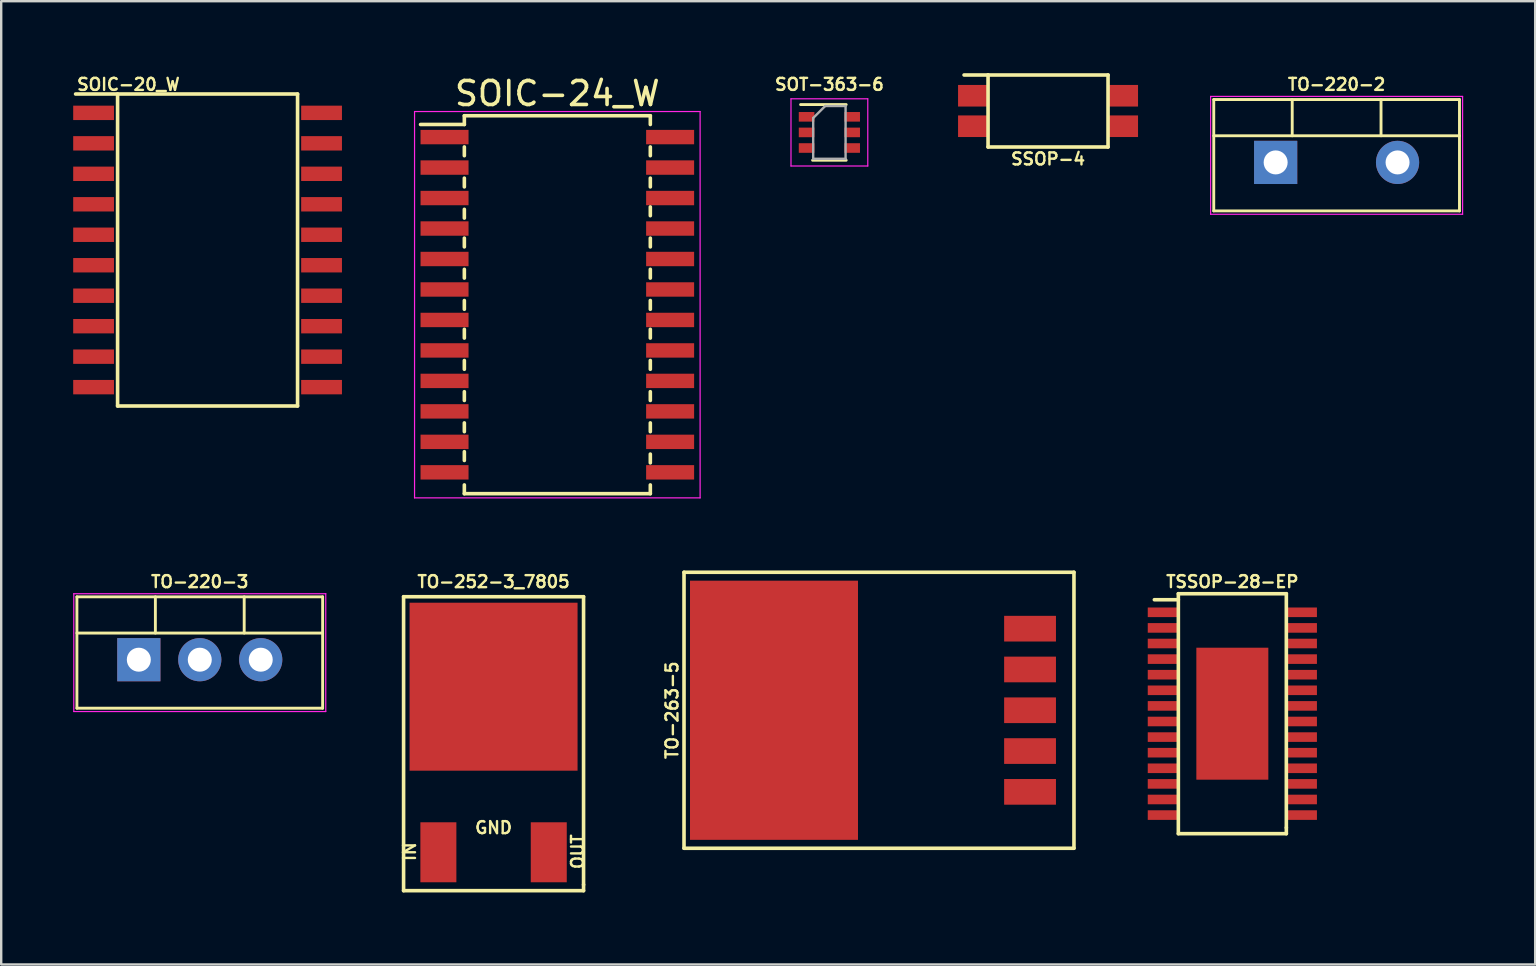
<source format=kicad_pcb>
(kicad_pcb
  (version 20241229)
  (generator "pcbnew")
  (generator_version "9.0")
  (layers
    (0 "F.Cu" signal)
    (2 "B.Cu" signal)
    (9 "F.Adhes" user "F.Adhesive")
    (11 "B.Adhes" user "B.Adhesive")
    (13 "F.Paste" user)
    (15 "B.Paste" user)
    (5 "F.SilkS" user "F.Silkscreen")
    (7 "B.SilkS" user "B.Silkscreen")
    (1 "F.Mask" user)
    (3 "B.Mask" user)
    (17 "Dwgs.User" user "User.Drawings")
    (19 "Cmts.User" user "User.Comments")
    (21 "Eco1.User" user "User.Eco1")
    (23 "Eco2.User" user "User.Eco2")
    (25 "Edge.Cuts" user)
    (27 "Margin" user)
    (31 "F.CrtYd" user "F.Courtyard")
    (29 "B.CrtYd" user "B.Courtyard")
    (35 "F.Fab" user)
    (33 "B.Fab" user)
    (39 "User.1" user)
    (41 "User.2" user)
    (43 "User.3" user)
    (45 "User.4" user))
  (footprint "SOT-363-6"
    (layer "F.Cu")
    (at 31.512 2.468)
    (property "Reference" "SOT-363-6" (at 0 -2 0) (layer "F.SilkS") (effects (font (size 0.5 0.5) (thickness 0.1))))
    (attr smd)
    (fp_line (start -0.7 1.16) (end 0.7 1.16) (stroke (width 0.12) (type solid)) (layer "F.SilkS"))
    (fp_line (start 0.7 -1.16) (end -1.2 -1.16) (stroke (width 0.12) (type solid)) (layer "F.SilkS"))
    (fp_line (start -1.6 -1.4) (end -1.6 1.4) (stroke (width 0.05) (type solid)) (layer "F.CrtYd"))
    (fp_line (start -1.6 -1.4) (end 1.6 -1.4) (stroke (width 0.05) (type solid)) (layer "F.CrtYd"))
    (fp_line (start -1.6 1.4) (end 1.6 1.4) (stroke (width 0.05) (type solid)) (layer "F.CrtYd"))
    (fp_line (start 1.6 1.4) (end 1.6 -1.4) (stroke (width 0.05) (type solid)) (layer "F.CrtYd"))
    (fp_line (start -0.675 -0.6) (end -0.675 1.1) (stroke (width 0.1) (type solid)) (layer "F.Fab"))
    (fp_line (start -0.175 -1.1) (end -0.675 -0.6) (stroke (width 0.1) (type solid)) (layer "F.Fab"))
    (fp_line (start 0.675 -1.1) (end -0.175 -1.1) (stroke (width 0.1) (type solid)) (layer "F.Fab"))
    (fp_line (start 0.675 -1.1) (end 0.675 1.1) (stroke (width 0.1) (type solid)) (layer "F.Fab"))
    (fp_line (start 0.675 1.1) (end -0.675 1.1) (stroke (width 0.1) (type solid)) (layer "F.Fab"))
    (pad "1" smd rect (at -0.95 -0.65) (size 0.65 0.4) (layers "F.Cu" "F.Mask" "F.Paste"))
    (pad "2" smd rect (at -0.95 0) (size 0.65 0.4) (layers "F.Cu" "F.Mask" "F.Paste"))
    (pad "3" smd rect (at -0.95 0.65) (size 0.65 0.4) (layers "F.Cu" "F.Mask" "F.Paste"))
    (pad "4" smd rect (at 0.95 0.65) (size 0.65 0.4) (layers "F.Cu" "F.Mask" "F.Paste"))
    (pad "5" smd rect (at 0.95 0) (size 0.65 0.4) (layers "F.Cu" "F.Mask" "F.Paste"))
    (pad "6" smd rect (at 0.95 -0.65) (size 0.65 0.4) (layers "F.Cu" "F.Mask" "F.Paste")))
  (footprint "TO-252-3_7805"
    (layer "F.Cu")
    (at 17.518 27.941)
    (property "Reference" "TO-252-3_7805" (at 0 -6.75 0) (layer "F.SilkS") (effects (font (size 0.5 0.5) (thickness 0.1))))
    (attr through_hole)
    (fp_line (start -3.75 -6.125) (end 3.75 -6.125) (stroke (width 0.15) (type solid)) (layer "F.SilkS"))
    (fp_line (start -3.75 6.125) (end -3.75 -6.125) (stroke (width 0.15) (type solid)) (layer "F.SilkS"))
    (fp_line (start 3.75 -6.125) (end 3.75 5.875) (stroke (width 0.15) (type solid)) (layer "F.SilkS"))
    (fp_line (start 3.75 5.875) (end 3.75 6.125) (stroke (width 0.15) (type solid)) (layer "F.SilkS"))
    (fp_line (start 3.75 6.125) (end -3.75 6.125) (stroke (width 0.15) (type solid)) (layer "F.SilkS"))
    (fp_text user "OUT" (at 3.5 4.5 90) (layer "F.SilkS") (effects (font (size 0.5 0.5) (thickness 0.1))))
    (fp_text user "IN" (at -3.5 4.5 90) (layer "F.SilkS") (effects (font (size 0.5 0.5) (thickness 0.1))))
    (fp_text user "GND" (at 0 3.5 0) (layer "F.SilkS") (effects (font (size 0.5 0.5) (thickness 0.1))))
    (pad "1" smd rect (at -2.3 4.525) (size 1.5 2.5) (layers "F.Cu" "F.Mask" "F.Paste"))
    (pad "2" smd rect (at 0 -2.375) (size 7 7) (layers "F.Cu" "F.Mask" "F.Paste"))
    (pad "3" smd rect (at 2.3 4.525) (size 1.5 2.5) (layers "F.Cu" "F.Mask" "F.Paste")))
  (footprint "TO-220-2"
    (layer "F.Cu")
    (at 52.649 3.718)
    (property "Reference" "TO-220-2" (at 0 -3.25 0) (layer "F.SilkS") (effects (font (size 0.5 0.5) (thickness 0.1))))
    (attr through_hole)
    (fp_line (start -5.12 -2.62) (end -5.12 2.021) (stroke (width 0.12) (type solid)) (layer "F.SilkS"))
    (fp_line (start -5.12 -2.62) (end 5.12 -2.62) (stroke (width 0.12) (type solid)) (layer "F.SilkS"))
    (fp_line (start -5.12 -1.11) (end 5.12 -1.11) (stroke (width 0.12) (type solid)) (layer "F.SilkS"))
    (fp_line (start -5.12 2.021) (end 5.12 2.021) (stroke (width 0.12) (type solid)) (layer "F.SilkS"))
    (fp_line (start -1.85 -2.62) (end -1.85 -1.11) (stroke (width 0.12) (type solid)) (layer "F.SilkS"))
    (fp_line (start 1.851 -2.62) (end 1.851 -1.11) (stroke (width 0.12) (type solid)) (layer "F.SilkS"))
    (fp_line (start 5.12 -2.62) (end 5.12 2.021) (stroke (width 0.12) (type solid)) (layer "F.SilkS"))
    (fp_line (start -5.25 -2.75) (end -5.25 2.16) (stroke (width 0.05) (type solid)) (layer "F.CrtYd"))
    (fp_line (start -5.25 2.16) (end 5.25 2.16) (stroke (width 0.05) (type solid)) (layer "F.CrtYd"))
    (fp_line (start 5.25 -2.75) (end -5.25 -2.75) (stroke (width 0.05) (type solid)) (layer "F.CrtYd"))
    (fp_line (start 5.25 2.16) (end 5.25 -2.75) (stroke (width 0.05) (type solid)) (layer "F.CrtYd"))
    (pad "1" thru_hole rect (at -2.54 0) (size 1.8 1.8) (drill 1) (layers "*.Cu" "*.Mask"))
    (pad "2" thru_hole oval (at 2.54 0) (size 1.8 1.8) (drill 1) (layers "*.Cu" "*.Mask")))
  (footprint "SSOP-4"
    (layer "F.Cu")
    (at 40.624 1.575)
    (property "Reference" "SSOP-4" (at 0 2 0) (layer "F.SilkS") (effects (font (size 0.5 0.5) (thickness 0.1))))
    (attr through_hole)
    (fp_line (start -2.5 -1.5) (end -3.5 -1.5) (stroke (width 0.15) (type solid)) (layer "F.SilkS"))
    (fp_line (start -2.5 -1.5) (end 2.5 -1.5) (stroke (width 0.15) (type solid)) (layer "F.SilkS"))
    (fp_line (start -2.5 1.5) (end -2.5 -1.5) (stroke (width 0.15) (type solid)) (layer "F.SilkS"))
    (fp_line (start 2.5 -1.5) (end 2.5 1.5) (stroke (width 0.15) (type solid)) (layer "F.SilkS"))
    (fp_line (start 2.5 1.5) (end -2.5 1.5) (stroke (width 0.15) (type solid)) (layer "F.SilkS"))
    (pad "1" smd rect (at -3.125 -0.635) (size 1.25 0.9) (layers "F.Cu" "F.Mask" "F.Paste"))
    (pad "2" smd rect (at -3.125 0.635) (size 1.25 0.9) (layers "F.Cu" "F.Mask" "F.Paste"))
    (pad "3" smd rect (at 3.125 0.635) (size 1.25 0.9) (layers "F.Cu" "F.Mask" "F.Paste"))
    (pad "4" smd rect (at 3.125 -0.635) (size 1.25 0.9) (layers "F.Cu" "F.Mask" "F.Paste")))
  (footprint "TO-220-3"
    (layer "F.Cu")
    (at 5.275 24.441)
    (property "Reference" "TO-220-3" (at 0 -3.25 0) (layer "F.SilkS") (effects (font (size 0.5 0.5) (thickness 0.1))))
    (attr through_hole)
    (fp_line (start -5.12 -2.62) (end -5.12 2.021) (stroke (width 0.12) (type solid)) (layer "F.SilkS"))
    (fp_line (start -5.12 -2.62) (end 5.12 -2.62) (stroke (width 0.12) (type solid)) (layer "F.SilkS"))
    (fp_line (start -5.12 -1.11) (end 5.12 -1.11) (stroke (width 0.12) (type solid)) (layer "F.SilkS"))
    (fp_line (start -5.12 2.021) (end 5.12 2.021) (stroke (width 0.12) (type solid)) (layer "F.SilkS"))
    (fp_line (start -1.85 -2.62) (end -1.85 -1.11) (stroke (width 0.12) (type solid)) (layer "F.SilkS"))
    (fp_line (start 1.851 -2.62) (end 1.851 -1.11) (stroke (width 0.12) (type solid)) (layer "F.SilkS"))
    (fp_line (start 5.12 -2.62) (end 5.12 2.021) (stroke (width 0.12) (type solid)) (layer "F.SilkS"))
    (fp_line (start -5.25 -2.75) (end -5.25 2.16) (stroke (width 0.05) (type solid)) (layer "F.CrtYd"))
    (fp_line (start -5.25 2.16) (end 5.25 2.16) (stroke (width 0.05) (type solid)) (layer "F.CrtYd"))
    (fp_line (start 5.25 -2.75) (end -5.25 -2.75) (stroke (width 0.05) (type solid)) (layer "F.CrtYd"))
    (fp_line (start 5.25 2.16) (end 5.25 -2.75) (stroke (width 0.05) (type solid)) (layer "F.CrtYd"))
    (pad "1" thru_hole rect (at -2.54 0) (size 1.8 1.8) (drill 1) (layers "*.Cu" "*.Mask"))
    (pad "2" thru_hole oval (at 0 0) (size 1.8 1.8) (drill 1) (layers "*.Cu" "*.Mask"))
    (pad "3" thru_hole oval (at 2.54 0) (size 1.8 1.8) (drill 1) (layers "*.Cu" "*.Mask")))
  (footprint "TSSOP-28-EP"
    (layer "F.Cu")
    (at 48.304 26.691)
    (property "Reference" "TSSOP-28-EP" (at 0 -5.5 0) (layer "F.SilkS") (effects (font (size 0.5 0.5) (thickness 0.1))))
    (attr through_hole)
    (fp_line (start -2.25 -5) (end 2.25 -5) (stroke (width 0.15) (type solid)) (layer "F.SilkS"))
    (fp_line (start -2.25 -4.75) (end -3.25 -4.75) (stroke (width 0.15) (type solid)) (layer "F.SilkS"))
    (fp_line (start -2.25 5) (end -2.25 -5) (stroke (width 0.15) (type solid)) (layer "F.SilkS"))
    (fp_line (start -2.25 5) (end 2.25 5) (stroke (width 0.15) (type solid)) (layer "F.SilkS"))
    (fp_line (start 2.25 -5) (end 2.25 4.75) (stroke (width 0.15) (type solid)) (layer "F.SilkS"))
    (fp_line (start 2.25 4.75) (end 2.25 5) (stroke (width 0.15) (type solid)) (layer "F.SilkS"))
    (pad "1" smd rect (at -2.9 -4.225) (size 1.25 0.4) (layers "F.Cu" "F.Mask" "F.Paste"))
    (pad "2" smd rect (at -2.9 -3.575) (size 1.25 0.4) (layers "F.Cu" "F.Mask" "F.Paste"))
    (pad "3" smd rect (at -2.9 -2.925) (size 1.25 0.4) (layers "F.Cu" "F.Mask" "F.Paste"))
    (pad "4" smd rect (at -2.9 -2.275) (size 1.25 0.4) (layers "F.Cu" "F.Mask" "F.Paste"))
    (pad "5" smd rect (at -2.9 -1.625) (size 1.25 0.4) (layers "F.Cu" "F.Mask" "F.Paste"))
    (pad "6" smd rect (at -2.9 -0.975) (size 1.25 0.4) (layers "F.Cu" "F.Mask" "F.Paste"))
    (pad "7" smd rect (at -2.9 -0.325) (size 1.25 0.4) (layers "F.Cu" "F.Mask" "F.Paste"))
    (pad "8" smd rect (at -2.9 0.325) (size 1.25 0.4) (layers "F.Cu" "F.Mask" "F.Paste"))
    (pad "9" smd rect (at -2.9 0.975) (size 1.25 0.4) (layers "F.Cu" "F.Mask" "F.Paste"))
    (pad "10" smd rect (at -2.9 1.625) (size 1.25 0.4) (layers "F.Cu" "F.Mask" "F.Paste"))
    (pad "11" smd rect (at -2.9 2.275) (size 1.25 0.4) (layers "F.Cu" "F.Mask" "F.Paste"))
    (pad "12" smd rect (at -2.9 2.925) (size 1.25 0.4) (layers "F.Cu" "F.Mask" "F.Paste"))
    (pad "13" smd rect (at -2.9 3.575) (size 1.25 0.4) (layers "F.Cu" "F.Mask" "F.Paste"))
    (pad "14" smd rect (at -2.9 4.225) (size 1.25 0.4) (layers "F.Cu" "F.Mask" "F.Paste"))
    (pad "15" smd rect (at 2.9 4.225) (size 1.25 0.4) (layers "F.Cu" "F.Mask" "F.Paste"))
    (pad "16" smd rect (at 2.9 3.575) (size 1.25 0.4) (layers "F.Cu" "F.Mask" "F.Paste"))
    (pad "17" smd rect (at 2.9 2.925) (size 1.25 0.4) (layers "F.Cu" "F.Mask" "F.Paste"))
    (pad "18" smd rect (at 2.9 2.275) (size 1.25 0.4) (layers "F.Cu" "F.Mask" "F.Paste"))
    (pad "19" smd rect (at 2.9 1.625) (size 1.25 0.4) (layers "F.Cu" "F.Mask" "F.Paste"))
    (pad "20" smd rect (at 2.9 0.975) (size 1.25 0.4) (layers "F.Cu" "F.Mask" "F.Paste"))
    (pad "21" smd rect (at 2.9 0.325) (size 1.25 0.4) (layers "F.Cu" "F.Mask" "F.Paste"))
    (pad "22" smd rect (at 2.9 -0.325) (size 1.25 0.4) (layers "F.Cu" "F.Mask" "F.Paste"))
    (pad "23" smd rect (at 2.9 -0.975) (size 1.25 0.4) (layers "F.Cu" "F.Mask" "F.Paste"))
    (pad "24" smd rect (at 2.9 -1.625) (size 1.25 0.4) (layers "F.Cu" "F.Mask" "F.Paste"))
    (pad "25" smd rect (at 2.9 -2.275) (size 1.25 0.4) (layers "F.Cu" "F.Mask" "F.Paste"))
    (pad "26" smd rect (at 2.9 -2.925) (size 1.25 0.4) (layers "F.Cu" "F.Mask" "F.Paste"))
    (pad "27" smd rect (at 2.9 -3.575) (size 1.25 0.4) (layers "F.Cu" "F.Mask" "F.Paste"))
    (pad "28" smd rect (at 2.9 -4.225) (size 1.25 0.4) (layers "F.Cu" "F.Mask" "F.Paste"))
    (pad "EP" smd rect (at 0 0) (size 3 5.5) (layers "F.Cu" "F.Mask" "F.Paste")))
  (footprint "SOIC-24_W"
    (layer "F.Cu")
    (at 20.175 9.648)
    (property "Reference" "SOIC-24_W" (at 0 -8.8 0) (layer "F.SilkS") (effects (font (size 1 1) (thickness 0.15))))
    (attr smd)
    (fp_line (start -3.875 -7.875) (end -3.875 -7.51) (stroke (width 0.15) (type solid)) (layer "F.SilkS"))
    (fp_line (start -3.875 -7.875) (end 3.875 -7.875) (stroke (width 0.15) (type solid)) (layer "F.SilkS"))
    (fp_line (start -3.875 -7.51) (end -5.7 -7.51) (stroke (width 0.15) (type solid)) (layer "F.SilkS"))
    (fp_line (start -3.875 -6.575) (end -3.875 -6.21) (stroke (width 0.15) (type solid)) (layer "F.SilkS"))
    (fp_line (start -3.875 -5.275) (end -3.875 -4.91) (stroke (width 0.15) (type solid)) (layer "F.SilkS"))
    (fp_line (start -3.875 -3.975) (end -3.875 -3.61) (stroke (width 0.15) (type solid)) (layer "F.SilkS"))
    (fp_line (start -3.875 -2.775) (end -3.875 -2.41) (stroke (width 0.15) (type solid)) (layer "F.SilkS"))
    (fp_line (start -3.875 -1.475) (end -3.875 -1.11) (stroke (width 0.15) (type solid)) (layer "F.SilkS"))
    (fp_line (start -3.875 -0.175) (end -3.875 0.19) (stroke (width 0.15) (type solid)) (layer "F.SilkS"))
    (fp_line (start -3.875 1.025) (end -3.875 1.39) (stroke (width 0.15) (type solid)) (layer "F.SilkS"))
    (fp_line (start -3.875 2.325) (end -3.875 2.69) (stroke (width 0.15) (type solid)) (layer "F.SilkS"))
    (fp_line (start -3.875 3.625) (end -3.875 3.99) (stroke (width 0.15) (type solid)) (layer "F.SilkS"))
    (fp_line (start -3.875 4.925) (end -3.875 5.29) (stroke (width 0.15) (type solid)) (layer "F.SilkS"))
    (fp_line (start -3.875 6.125) (end -3.875 6.49) (stroke (width 0.15) (type solid)) (layer "F.SilkS"))
    (fp_line (start -3.875 7.875) (end -3.875 7.51) (stroke (width 0.15) (type solid)) (layer "F.SilkS"))
    (fp_line (start -3.875 7.875) (end 3.875 7.875) (stroke (width 0.15) (type solid)) (layer "F.SilkS"))
    (fp_line (start 3.875 -7.875) (end 3.875 -7.51) (stroke (width 0.15) (type solid)) (layer "F.SilkS"))
    (fp_line (start 3.875 -6.575) (end 3.875 -6.21) (stroke (width 0.15) (type solid)) (layer "F.SilkS"))
    (fp_line (start 3.875 -5.275) (end 3.875 -4.91) (stroke (width 0.15) (type solid)) (layer "F.SilkS"))
    (fp_line (start 3.875 -4.075) (end 3.875 -3.71) (stroke (width 0.15) (type solid)) (layer "F.SilkS"))
    (fp_line (start 3.875 -2.775) (end 3.875 -2.41) (stroke (width 0.15) (type solid)) (layer "F.SilkS"))
    (fp_line (start 3.875 -1.475) (end 3.875 -1.11) (stroke (width 0.15) (type solid)) (layer "F.SilkS"))
    (fp_line (start 3.875 -0.175) (end 3.875 0.19) (stroke (width 0.15) (type solid)) (layer "F.SilkS"))
    (fp_line (start 3.875 1.025) (end 3.875 1.39) (stroke (width 0.15) (type solid)) (layer "F.SilkS"))
    (fp_line (start 3.875 2.325) (end 3.875 2.69) (stroke (width 0.15) (type solid)) (layer "F.SilkS"))
    (fp_line (start 3.875 3.625) (end 3.875 3.99) (stroke (width 0.15) (type solid)) (layer "F.SilkS"))
    (fp_line (start 3.875 4.925) (end 3.875 5.29) (stroke (width 0.15) (type solid)) (layer "F.SilkS"))
    (fp_line (start 3.875 6.225) (end 3.875 6.59) (stroke (width 0.15) (type solid)) (layer "F.SilkS"))
    (fp_line (start 3.875 7.875) (end 3.875 7.51) (stroke (width 0.15) (type solid)) (layer "F.SilkS"))
    (fp_line (start -5.95 -8.05) (end -5.95 8.05) (stroke (width 0.05) (type solid)) (layer "F.CrtYd"))
    (fp_line (start -5.95 -8.05) (end 5.95 -8.05) (stroke (width 0.05) (type solid)) (layer "F.CrtYd"))
    (fp_line (start -5.95 8.05) (end 5.95 8.05) (stroke (width 0.05) (type solid)) (layer "F.CrtYd"))
    (fp_line (start 5.95 -8.05) (end 5.95 8.05) (stroke (width 0.05) (type solid)) (layer "F.CrtYd"))
    (pad "1" smd rect (at -4.7 -6.985) (size 2 0.6) (layers "F.Cu" "F.Mask" "F.Paste"))
    (pad "2" smd rect (at -4.7 -5.715) (size 2 0.6) (layers "F.Cu" "F.Mask" "F.Paste"))
    (pad "3" smd rect (at -4.7 -4.445) (size 2 0.6) (layers "F.Cu" "F.Mask" "F.Paste"))
    (pad "4" smd rect (at -4.7 -3.175) (size 2 0.6) (layers "F.Cu" "F.Mask" "F.Paste"))
    (pad "5" smd rect (at -4.7 -1.905) (size 2 0.6) (layers "F.Cu" "F.Mask" "F.Paste"))
    (pad "6" smd rect (at -4.7 -0.635) (size 2 0.6) (layers "F.Cu" "F.Mask" "F.Paste"))
    (pad "7" smd rect (at -4.7 0.635) (size 2 0.6) (layers "F.Cu" "F.Mask" "F.Paste"))
    (pad "8" smd rect (at -4.7 1.905) (size 2 0.6) (layers "F.Cu" "F.Mask" "F.Paste"))
    (pad "9" smd rect (at -4.7 3.175) (size 2 0.6) (layers "F.Cu" "F.Mask" "F.Paste"))
    (pad "10" smd rect (at -4.7 4.445) (size 2 0.6) (layers "F.Cu" "F.Mask" "F.Paste"))
    (pad "11" smd rect (at -4.7 5.715) (size 2 0.6) (layers "F.Cu" "F.Mask" "F.Paste"))
    (pad "12" smd rect (at -4.7 6.985) (size 2 0.6) (layers "F.Cu" "F.Mask" "F.Paste"))
    (pad "13" smd rect (at 4.7 6.985) (size 2 0.6) (layers "F.Cu" "F.Mask" "F.Paste"))
    (pad "14" smd rect (at 4.7 5.715) (size 2 0.6) (layers "F.Cu" "F.Mask" "F.Paste"))
    (pad "15" smd rect (at 4.7 4.445) (size 2 0.6) (layers "F.Cu" "F.Mask" "F.Paste"))
    (pad "16" smd rect (at 4.7 3.175) (size 2 0.6) (layers "F.Cu" "F.Mask" "F.Paste"))
    (pad "17" smd rect (at 4.7 1.905) (size 2 0.6) (layers "F.Cu" "F.Mask" "F.Paste"))
    (pad "18" smd rect (at 4.7 0.635) (size 2 0.6) (layers "F.Cu" "F.Mask" "F.Paste"))
    (pad "19" smd rect (at 4.7 -0.635) (size 2 0.6) (layers "F.Cu" "F.Mask" "F.Paste"))
    (pad "20" smd rect (at 4.7 -1.905) (size 2 0.6) (layers "F.Cu" "F.Mask" "F.Paste"))
    (pad "21" smd rect (at 4.7 -3.175) (size 2 0.6) (layers "F.Cu" "F.Mask" "F.Paste"))
    (pad "22" smd rect (at 4.7 -4.445) (size 2 0.6) (layers "F.Cu" "F.Mask" "F.Paste"))
    (pad "23" smd rect (at 4.7 -5.715) (size 2 0.6) (layers "F.Cu" "F.Mask" "F.Paste"))
    (pad "24" smd rect (at 4.7 -6.985) (size 2 0.6) (layers "F.Cu" "F.Mask" "F.Paste")))
  (footprint "TO-263-5"
    (layer "F.Cu")
    (at 25.704 26.548)
    (property "Reference" "TO-263-5" (at -0.75 0 90) (layer "F.SilkS") (effects (font (size 0.5 0.5) (thickness 0.1))))
    (attr through_hole)
    (fp_line (start -0.25 -5.75) (end -0.25 5.75) (stroke (width 0.15) (type solid)) (layer "F.SilkS"))
    (fp_line (start -0.25 5.75) (end 16 5.75) (stroke (width 0.15) (type solid)) (layer "F.SilkS"))
    (fp_line (start 16 -5.75) (end -0.25 -5.75) (stroke (width 0.15) (type solid)) (layer "F.SilkS"))
    (fp_line (start 16 5.75) (end 16 -5.75) (stroke (width 0.15) (type solid)) (layer "F.SilkS"))
    (pad "1" smd rect (at 14.17 3.4) (size 2.16 1.07) (layers "F.Cu" "F.Mask" "F.Paste"))
    (pad "2" smd rect (at 14.17 1.7) (size 2.16 1.07) (layers "F.Cu" "F.Mask" "F.Paste"))
    (pad "3" smd rect (at 3.5 0) (size 7 10.8) (layers "F.Cu" "F.Mask" "F.Paste"))
    (pad "3" smd rect (at 14.17 0) (size 2.16 1.07) (layers "F.Cu" "F.Mask" "F.Paste"))
    (pad "4" smd rect (at 14.17 -1.7) (size 2.16 1.07) (layers "F.Cu" "F.Mask" "F.Paste"))
    (pad "5" smd rect (at 14.17 -3.4) (size 2.16 1.07) (layers "F.Cu" "F.Mask" "F.Paste")))
  (footprint "SOIC-20_W"
    (layer "F.Cu")
    (at 5.6 7.368)
    (property "Reference" "SOIC-20_W" (at -3.3 -6.9 0) (layer "F.SilkS") (effects (font (size 0.5 0.5) (thickness 0.1))))
    (attr smd)
    (fp_line (start -3.75 6.5) (end -3.75 -6.5) (stroke (width 0.15) (type solid)) (layer "F.SilkS"))
    (fp_line (start -3.75 6.5) (end 3.75 6.5) (stroke (width 0.15) (type solid)) (layer "F.SilkS"))
    (fp_line (start 3.75 -6.5) (end -5.5 -6.5) (stroke (width 0.15) (type solid)) (layer "F.SilkS"))
    (fp_line (start 3.75 -6.5) (end 3.75 6.5) (stroke (width 0.15) (type solid)) (layer "F.SilkS"))
    (pad "1" smd rect (at -4.75 -5.715 270) (size 0.6 1.7) (layers "F.Cu" "F.Mask" "F.Paste"))
    (pad "2" smd rect (at -4.75 -4.445 270) (size 0.6 1.7) (layers "F.Cu" "F.Mask" "F.Paste"))
    (pad "3" smd rect (at -4.75 -3.175 270) (size 0.6 1.7) (layers "F.Cu" "F.Mask" "F.Paste"))
    (pad "4" smd rect (at -4.75 -1.905 270) (size 0.6 1.7) (layers "F.Cu" "F.Mask" "F.Paste"))
    (pad "5" smd rect (at -4.75 -0.635 270) (size 0.6 1.7) (layers "F.Cu" "F.Mask" "F.Paste"))
    (pad "6" smd rect (at -4.75 0.635 270) (size 0.6 1.7) (layers "F.Cu" "F.Mask" "F.Paste"))
    (pad "7" smd rect (at -4.75 1.905 270) (size 0.6 1.7) (layers "F.Cu" "F.Mask" "F.Paste"))
    (pad "8" smd rect (at -4.75 3.175 270) (size 0.6 1.7) (layers "F.Cu" "F.Mask" "F.Paste"))
    (pad "9" smd rect (at -4.75 4.445 270) (size 0.6 1.7) (layers "F.Cu" "F.Mask" "F.Paste"))
    (pad "10" smd rect (at -4.75 5.715 270) (size 0.6 1.7) (layers "F.Cu" "F.Mask" "F.Paste"))
    (pad "11" smd rect (at 4.75 5.715 270) (size 0.6 1.7) (layers "F.Cu" "F.Mask" "F.Paste"))
    (pad "12" smd rect (at 4.75 4.445 270) (size 0.6 1.7) (layers "F.Cu" "F.Mask" "F.Paste"))
    (pad "13" smd rect (at 4.75 3.175 270) (size 0.6 1.7) (layers "F.Cu" "F.Mask" "F.Paste"))
    (pad "14" smd rect (at 4.75 1.905 270) (size 0.6 1.7) (layers "F.Cu" "F.Mask" "F.Paste"))
    (pad "15" smd rect (at 4.75 0.635 270) (size 0.6 1.7) (layers "F.Cu" "F.Mask" "F.Paste"))
    (pad "16" smd rect (at 4.75 -0.635 270) (size 0.6 1.7) (layers "F.Cu" "F.Mask" "F.Paste"))
    (pad "17" smd rect (at 4.75 -1.905 270) (size 0.6 1.7) (layers "F.Cu" "F.Mask" "F.Paste"))
    (pad "18" smd rect (at 4.75 -3.175 270) (size 0.6 1.7) (layers "F.Cu" "F.Mask" "F.Paste"))
    (pad "19" smd rect (at 4.75 -4.445 270) (size 0.6 1.7) (layers "F.Cu" "F.Mask" "F.Paste"))
    (pad "20" smd rect (at 4.75 -5.715 270) (size 0.6 1.7) (layers "F.Cu" "F.Mask" "F.Paste")))
  (gr_rect
    (start -3 -3)
    (end 60.924 37.141)
    (stroke (width 0.1) (type default))
    (fill no)
    (layer "Edge.Cuts")))
</source>
